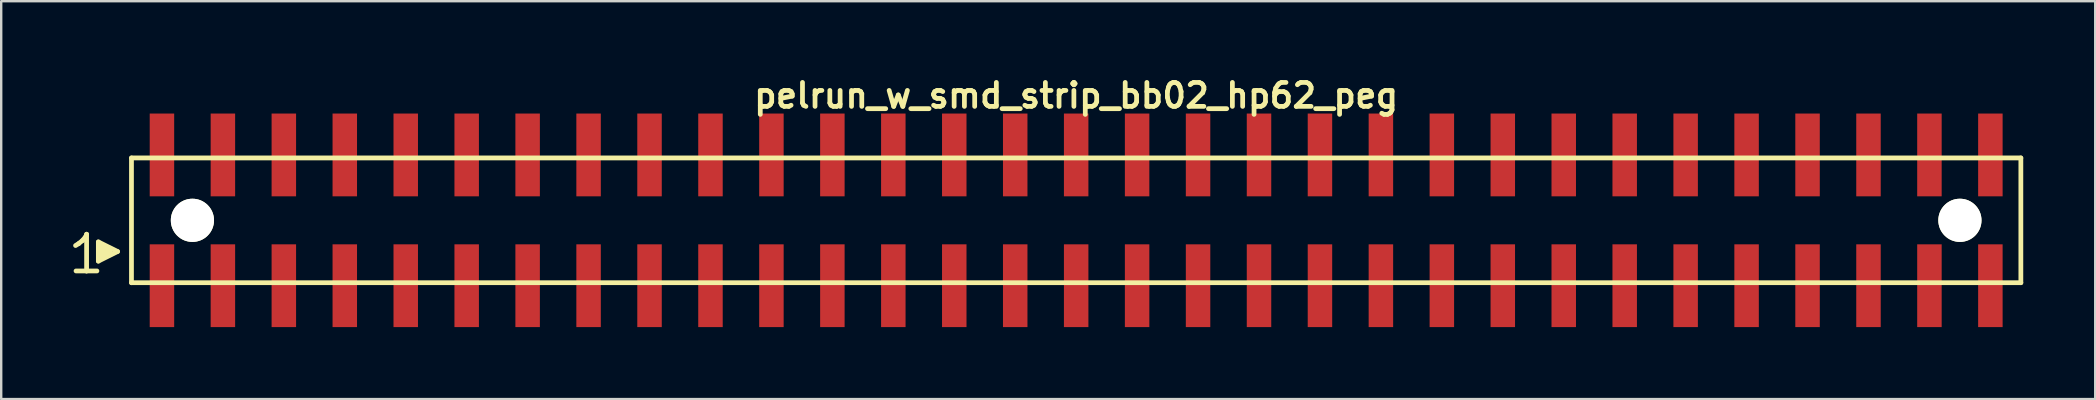
<source format=kicad_pcb>
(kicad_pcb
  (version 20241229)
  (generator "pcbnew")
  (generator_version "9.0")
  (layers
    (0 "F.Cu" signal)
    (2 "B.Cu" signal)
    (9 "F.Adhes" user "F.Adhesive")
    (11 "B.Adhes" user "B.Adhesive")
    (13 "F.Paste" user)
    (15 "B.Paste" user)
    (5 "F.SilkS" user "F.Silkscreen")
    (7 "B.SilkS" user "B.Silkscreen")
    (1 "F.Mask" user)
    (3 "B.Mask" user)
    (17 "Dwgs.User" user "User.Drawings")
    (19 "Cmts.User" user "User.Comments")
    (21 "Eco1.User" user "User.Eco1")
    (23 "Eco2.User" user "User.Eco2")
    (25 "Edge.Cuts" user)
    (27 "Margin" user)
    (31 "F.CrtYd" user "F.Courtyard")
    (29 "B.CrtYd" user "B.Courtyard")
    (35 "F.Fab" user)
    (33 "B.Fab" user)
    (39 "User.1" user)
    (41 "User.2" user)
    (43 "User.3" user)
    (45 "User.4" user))
  (footprint "pelrun_w_smd_strip_bb02_hp62_peg"
    (layer "F.Cu")
    (at 41.799 6.132)
    (property "Reference" "pelrun_w_smd_strip_bb02_hp62_peg" (at 0 -5.2 0) (layer "F.SilkS") (effects (font (size 0.998 0.998) (thickness 0.198))))
    (attr through_hole)
    (fp_line (start -41.7 1.05) (end -41.57 0.97) (stroke (width 0.198) (type solid)) (layer "F.SilkS"))
    (fp_line (start -41.57 0.97) (end -41.41 0.84) (stroke (width 0.198) (type solid)) (layer "F.SilkS"))
    (fp_line (start -41.41 0.84) (end -41.27 0.67) (stroke (width 0.198) (type solid)) (layer "F.SilkS"))
    (fp_line (start -41.27 0.67) (end -41.24 0.58) (stroke (width 0.198) (type solid)) (layer "F.SilkS"))
    (fp_line (start -41.24 0.58) (end -41.24 2.11) (stroke (width 0.198) (type solid)) (layer "F.SilkS"))
    (fp_line (start -41.24 2.11) (end -41.68 2.11) (stroke (width 0.198) (type solid)) (layer "F.SilkS"))
    (fp_line (start -40.81 2.11) (end -41.25 2.11) (stroke (width 0.198) (type solid)) (layer "F.SilkS"))
    (fp_line (start -40.75 0.9) (end -39.95 1.3) (stroke (width 0.198) (type solid)) (layer "F.SilkS"))
    (fp_line (start -40.75 1.7) (end -40.75 0.9) (stroke (width 0.198) (type solid)) (layer "F.SilkS"))
    (fp_line (start -40.65 1.6) (end -40.65 1) (stroke (width 0.198) (type solid)) (layer "F.SilkS"))
    (fp_line (start -40.55 1.1) (end -40.55 1.5) (stroke (width 0.198) (type solid)) (layer "F.SilkS"))
    (fp_line (start -40.45 1.5) (end -40.45 1.1) (stroke (width 0.198) (type solid)) (layer "F.SilkS"))
    (fp_line (start -40.35 1.2) (end -40.35 1.4) (stroke (width 0.198) (type solid)) (layer "F.SilkS"))
    (fp_line (start -40.25 1.4) (end -40.25 1.2) (stroke (width 0.198) (type solid)) (layer "F.SilkS"))
    (fp_line (start -39.95 1.3) (end -40.75 1.7) (stroke (width 0.198) (type solid)) (layer "F.SilkS"))
    (fp_line (start -39.37 -2.6) (end -39.37 2.6) (stroke (width 0.198) (type solid)) (layer "F.SilkS"))
    (fp_line (start -39.37 -2.6) (end 39.37 -2.6) (stroke (width 0.198) (type solid)) (layer "F.SilkS"))
    (fp_line (start 39.37 2.6) (end -39.37 2.6) (stroke (width 0.198) (type solid)) (layer "F.SilkS"))
    (fp_line (start 39.37 2.6) (end 39.37 -2.6) (stroke (width 0.198) (type solid)) (layer "F.SilkS"))
    (pad "" np_thru_hole circle (at -36.83 0) (size 1.8 1.8) (drill 1.8) (layers "*.Cu" "*.Mask" "F.SilkS"))
    (pad "" np_thru_hole circle (at 36.83 0) (size 1.8 1.8) (drill 1.8) (layers "*.Cu" "*.Mask" "F.SilkS"))
    (pad "1" smd rect (at -38.1 2.725) (size 1.02 3.45) (layers "F.Cu" "F.Mask" "F.Paste"))
    (pad "2" smd rect (at -38.1 -2.725) (size 1.02 3.45) (layers "F.Cu" "F.Mask" "F.Paste"))
    (pad "3" smd rect (at -35.56 2.725) (size 1.02 3.45) (layers "F.Cu" "F.Mask" "F.Paste"))
    (pad "4" smd rect (at -35.56 -2.725) (size 1.02 3.45) (layers "F.Cu" "F.Mask" "F.Paste"))
    (pad "5" smd rect (at -33.02 2.725) (size 1.02 3.45) (layers "F.Cu" "F.Mask" "F.Paste"))
    (pad "6" smd rect (at -33.02 -2.725) (size 1.02 3.45) (layers "F.Cu" "F.Mask" "F.Paste"))
    (pad "7" smd rect (at -30.48 2.725) (size 1.02 3.45) (layers "F.Cu" "F.Mask" "F.Paste"))
    (pad "8" smd rect (at -30.48 -2.725) (size 1.02 3.45) (layers "F.Cu" "F.Mask" "F.Paste"))
    (pad "9" smd rect (at -27.94 2.725) (size 1.02 3.45) (layers "F.Cu" "F.Mask" "F.Paste"))
    (pad "10" smd rect (at -27.94 -2.725) (size 1.02 3.45) (layers "F.Cu" "F.Mask" "F.Paste"))
    (pad "11" smd rect (at -25.4 2.725) (size 1.02 3.45) (layers "F.Cu" "F.Mask" "F.Paste"))
    (pad "12" smd rect (at -25.4 -2.725) (size 1.02 3.45) (layers "F.Cu" "F.Mask" "F.Paste"))
    (pad "13" smd rect (at -22.86 2.725) (size 1.02 3.45) (layers "F.Cu" "F.Mask" "F.Paste"))
    (pad "14" smd rect (at -22.86 -2.725) (size 1.02 3.45) (layers "F.Cu" "F.Mask" "F.Paste"))
    (pad "15" smd rect (at -20.32 2.725) (size 1.02 3.45) (layers "F.Cu" "F.Mask" "F.Paste"))
    (pad "16" smd rect (at -20.32 -2.725) (size 1.02 3.45) (layers "F.Cu" "F.Mask" "F.Paste"))
    (pad "17" smd rect (at -17.78 2.725) (size 1.02 3.45) (layers "F.Cu" "F.Mask" "F.Paste"))
    (pad "18" smd rect (at -17.78 -2.725) (size 1.02 3.45) (layers "F.Cu" "F.Mask" "F.Paste"))
    (pad "19" smd rect (at -15.24 2.725) (size 1.02 3.45) (layers "F.Cu" "F.Mask" "F.Paste"))
    (pad "20" smd rect (at -15.24 -2.725) (size 1.02 3.45) (layers "F.Cu" "F.Mask" "F.Paste"))
    (pad "21" smd rect (at -12.7 2.725) (size 1.02 3.45) (layers "F.Cu" "F.Mask" "F.Paste"))
    (pad "22" smd rect (at -12.7 -2.725) (size 1.02 3.45) (layers "F.Cu" "F.Mask" "F.Paste"))
    (pad "23" smd rect (at -10.16 2.725) (size 1.02 3.45) (layers "F.Cu" "F.Mask" "F.Paste"))
    (pad "24" smd rect (at -10.16 -2.725) (size 1.02 3.45) (layers "F.Cu" "F.Mask" "F.Paste"))
    (pad "25" smd rect (at -7.62 2.725) (size 1.02 3.45) (layers "F.Cu" "F.Mask" "F.Paste"))
    (pad "26" smd rect (at -7.62 -2.725) (size 1.02 3.45) (layers "F.Cu" "F.Mask" "F.Paste"))
    (pad "27" smd rect (at -5.08 2.725) (size 1.02 3.45) (layers "F.Cu" "F.Mask" "F.Paste"))
    (pad "28" smd rect (at -5.08 -2.725) (size 1.02 3.45) (layers "F.Cu" "F.Mask" "F.Paste"))
    (pad "29" smd rect (at -2.54 2.725) (size 1.02 3.45) (layers "F.Cu" "F.Mask" "F.Paste"))
    (pad "30" smd rect (at -2.54 -2.725) (size 1.02 3.45) (layers "F.Cu" "F.Mask" "F.Paste"))
    (pad "31" smd rect (at 0 2.725) (size 1.02 3.45) (layers "F.Cu" "F.Mask" "F.Paste"))
    (pad "32" smd rect (at 0 -2.725) (size 1.02 3.45) (layers "F.Cu" "F.Mask" "F.Paste"))
    (pad "33" smd rect (at 2.54 2.725) (size 1.02 3.45) (layers "F.Cu" "F.Mask" "F.Paste"))
    (pad "34" smd rect (at 2.54 -2.725) (size 1.02 3.45) (layers "F.Cu" "F.Mask" "F.Paste"))
    (pad "35" smd rect (at 5.08 2.725) (size 1.02 3.45) (layers "F.Cu" "F.Mask" "F.Paste"))
    (pad "36" smd rect (at 5.08 -2.725) (size 1.02 3.45) (layers "F.Cu" "F.Mask" "F.Paste"))
    (pad "37" smd rect (at 7.62 2.725) (size 1.02 3.45) (layers "F.Cu" "F.Mask" "F.Paste"))
    (pad "38" smd rect (at 7.62 -2.725) (size 1.02 3.45) (layers "F.Cu" "F.Mask" "F.Paste"))
    (pad "39" smd rect (at 10.16 2.725) (size 1.02 3.45) (layers "F.Cu" "F.Mask" "F.Paste"))
    (pad "40" smd rect (at 10.16 -2.725) (size 1.02 3.45) (layers "F.Cu" "F.Mask" "F.Paste"))
    (pad "41" smd rect (at 12.7 2.725) (size 1.02 3.45) (layers "F.Cu" "F.Mask" "F.Paste"))
    (pad "42" smd rect (at 12.7 -2.725) (size 1.02 3.45) (layers "F.Cu" "F.Mask" "F.Paste"))
    (pad "43" smd rect (at 15.24 2.725) (size 1.02 3.45) (layers "F.Cu" "F.Mask" "F.Paste"))
    (pad "44" smd rect (at 15.24 -2.725) (size 1.02 3.45) (layers "F.Cu" "F.Mask" "F.Paste"))
    (pad "45" smd rect (at 17.78 2.725) (size 1.02 3.45) (layers "F.Cu" "F.Mask" "F.Paste"))
    (pad "46" smd rect (at 17.78 -2.725) (size 1.02 3.45) (layers "F.Cu" "F.Mask" "F.Paste"))
    (pad "47" smd rect (at 20.32 2.725) (size 1.02 3.45) (layers "F.Cu" "F.Mask" "F.Paste"))
    (pad "48" smd rect (at 20.32 -2.725) (size 1.02 3.45) (layers "F.Cu" "F.Mask" "F.Paste"))
    (pad "49" smd rect (at 22.86 2.725) (size 1.02 3.45) (layers "F.Cu" "F.Mask" "F.Paste"))
    (pad "50" smd rect (at 22.86 -2.725) (size 1.02 3.45) (layers "F.Cu" "F.Mask" "F.Paste"))
    (pad "51" smd rect (at 25.4 2.725) (size 1.02 3.45) (layers "F.Cu" "F.Mask" "F.Paste"))
    (pad "52" smd rect (at 25.4 -2.725) (size 1.02 3.45) (layers "F.Cu" "F.Mask" "F.Paste"))
    (pad "53" smd rect (at 27.94 2.725) (size 1.02 3.45) (layers "F.Cu" "F.Mask" "F.Paste"))
    (pad "54" smd rect (at 27.94 -2.725) (size 1.02 3.45) (layers "F.Cu" "F.Mask" "F.Paste"))
    (pad "55" smd rect (at 30.48 2.725) (size 1.02 3.45) (layers "F.Cu" "F.Mask" "F.Paste"))
    (pad "56" smd rect (at 30.48 -2.725) (size 1.02 3.45) (layers "F.Cu" "F.Mask" "F.Paste"))
    (pad "57" smd rect (at 33.02 2.725) (size 1.02 3.45) (layers "F.Cu" "F.Mask" "F.Paste"))
    (pad "58" smd rect (at 33.02 -2.725) (size 1.02 3.45) (layers "F.Cu" "F.Mask" "F.Paste"))
    (pad "59" smd rect (at 35.56 2.725) (size 1.02 3.45) (layers "F.Cu" "F.Mask" "F.Paste"))
    (pad "60" smd rect (at 35.56 -2.725) (size 1.02 3.45) (layers "F.Cu" "F.Mask" "F.Paste"))
    (pad "61" smd rect (at 38.1 2.725) (size 1.02 3.45) (layers "F.Cu" "F.Mask" "F.Paste"))
    (pad "62" smd rect (at 38.1 -2.725) (size 1.02 3.45) (layers "F.Cu" "F.Mask" "F.Paste")))
  (gr_rect
    (start -3 -3)
    (end 84.268 13.582)
    (stroke (width 0.1) (type default))
    (fill no)
    (layer "Edge.Cuts")))
</source>
